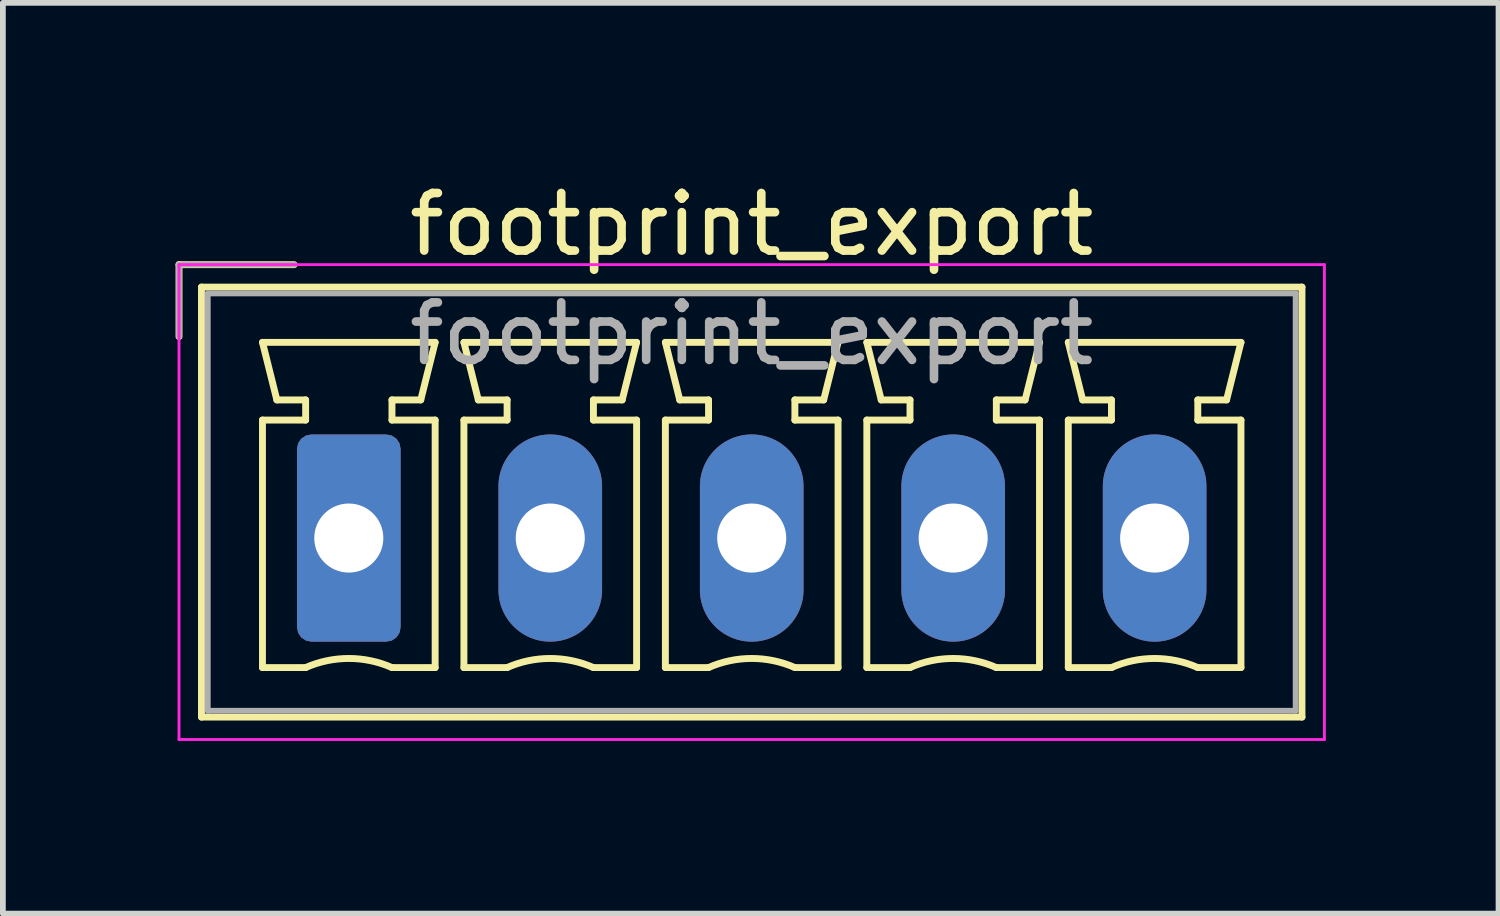
<source format=kicad_pcb>
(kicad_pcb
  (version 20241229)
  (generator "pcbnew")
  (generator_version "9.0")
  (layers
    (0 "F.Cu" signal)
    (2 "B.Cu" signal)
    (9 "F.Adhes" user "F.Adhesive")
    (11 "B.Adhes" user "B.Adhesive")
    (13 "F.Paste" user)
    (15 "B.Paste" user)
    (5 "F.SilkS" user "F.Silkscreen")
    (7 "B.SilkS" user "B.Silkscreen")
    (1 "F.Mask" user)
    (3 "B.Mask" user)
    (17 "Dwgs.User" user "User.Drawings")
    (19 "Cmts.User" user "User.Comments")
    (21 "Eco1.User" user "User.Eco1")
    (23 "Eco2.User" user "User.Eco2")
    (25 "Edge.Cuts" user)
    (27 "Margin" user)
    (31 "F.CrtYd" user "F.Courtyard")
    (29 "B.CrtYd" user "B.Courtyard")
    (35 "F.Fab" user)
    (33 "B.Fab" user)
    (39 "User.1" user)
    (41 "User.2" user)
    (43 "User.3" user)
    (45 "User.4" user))
  (footprint "footprint_export"
    (layer "F.Cu")
    (at 3.01 6.298)
    (property "Reference" "footprint_export" (at 7 -5.45 0) (layer "F.SilkS") (effects (font (size 1 1) (thickness 0.15))))
    (attr through_hole)
    (fp_line (start -2.95 -4.75) (end -0.95 -4.75) (stroke (width 0.12) (type solid)) (layer "F.SilkS"))
    (fp_line (start -2.95 -3.5) (end -2.95 -4.75) (stroke (width 0.12) (type solid)) (layer "F.SilkS"))
    (fp_line (start -2.56 -4.36) (end -2.56 3.11) (stroke (width 0.12) (type solid)) (layer "F.SilkS"))
    (fp_line (start -2.56 3.11) (end 16.56 3.11) (stroke (width 0.12) (type solid)) (layer "F.SilkS"))
    (fp_line (start -1.5 -3.4) (end 1.5 -3.4) (stroke (width 0.12) (type solid)) (layer "F.SilkS"))
    (fp_line (start -1.5 -2.05) (end -0.75 -2.05) (stroke (width 0.12) (type solid)) (layer "F.SilkS"))
    (fp_line (start -1.5 2.25) (end -1.5 -2.05) (stroke (width 0.12) (type solid)) (layer "F.SilkS"))
    (fp_line (start -1.25 -2.4) (end -1.5 -3.4) (stroke (width 0.12) (type solid)) (layer "F.SilkS"))
    (fp_line (start -0.75 -2.4) (end -1.25 -2.4) (stroke (width 0.12) (type solid)) (layer "F.SilkS"))
    (fp_line (start -0.75 -2.05) (end -0.75 -2.4) (stroke (width 0.12) (type solid)) (layer "F.SilkS"))
    (fp_line (start -0.75 2.25) (end -1.5 2.25) (stroke (width 0.12) (type solid)) (layer "F.SilkS"))
    (fp_line (start 0.75 -2.4) (end 0.75 -2.05) (stroke (width 0.12) (type solid)) (layer "F.SilkS"))
    (fp_line (start 0.75 -2.05) (end 1.5 -2.05) (stroke (width 0.12) (type solid)) (layer "F.SilkS"))
    (fp_line (start 1.25 -2.4) (end 0.75 -2.4) (stroke (width 0.12) (type solid)) (layer "F.SilkS"))
    (fp_line (start 1.5 -3.4) (end 1.25 -2.4) (stroke (width 0.12) (type solid)) (layer "F.SilkS"))
    (fp_line (start 1.5 -2.05) (end 1.5 2.25) (stroke (width 0.12) (type solid)) (layer "F.SilkS"))
    (fp_line (start 1.5 2.25) (end 0.75 2.25) (stroke (width 0.12) (type solid)) (layer "F.SilkS"))
    (fp_line (start 2 -3.4) (end 5 -3.4) (stroke (width 0.12) (type solid)) (layer "F.SilkS"))
    (fp_line (start 2 -2.05) (end 2.75 -2.05) (stroke (width 0.12) (type solid)) (layer "F.SilkS"))
    (fp_line (start 2 2.25) (end 2 -2.05) (stroke (width 0.12) (type solid)) (layer "F.SilkS"))
    (fp_line (start 2.25 -2.4) (end 2 -3.4) (stroke (width 0.12) (type solid)) (layer "F.SilkS"))
    (fp_line (start 2.75 -2.4) (end 2.25 -2.4) (stroke (width 0.12) (type solid)) (layer "F.SilkS"))
    (fp_line (start 2.75 -2.05) (end 2.75 -2.4) (stroke (width 0.12) (type solid)) (layer "F.SilkS"))
    (fp_line (start 2.75 2.25) (end 2 2.25) (stroke (width 0.12) (type solid)) (layer "F.SilkS"))
    (fp_line (start 4.25 -2.4) (end 4.25 -2.05) (stroke (width 0.12) (type solid)) (layer "F.SilkS"))
    (fp_line (start 4.25 -2.05) (end 5 -2.05) (stroke (width 0.12) (type solid)) (layer "F.SilkS"))
    (fp_line (start 4.75 -2.4) (end 4.25 -2.4) (stroke (width 0.12) (type solid)) (layer "F.SilkS"))
    (fp_line (start 5 -3.4) (end 4.75 -2.4) (stroke (width 0.12) (type solid)) (layer "F.SilkS"))
    (fp_line (start 5 -2.05) (end 5 2.25) (stroke (width 0.12) (type solid)) (layer "F.SilkS"))
    (fp_line (start 5 2.25) (end 4.25 2.25) (stroke (width 0.12) (type solid)) (layer "F.SilkS"))
    (fp_line (start 5.5 -3.4) (end 8.5 -3.4) (stroke (width 0.12) (type solid)) (layer "F.SilkS"))
    (fp_line (start 5.5 -2.05) (end 6.25 -2.05) (stroke (width 0.12) (type solid)) (layer "F.SilkS"))
    (fp_line (start 5.5 2.25) (end 5.5 -2.05) (stroke (width 0.12) (type solid)) (layer "F.SilkS"))
    (fp_line (start 5.75 -2.4) (end 5.5 -3.4) (stroke (width 0.12) (type solid)) (layer "F.SilkS"))
    (fp_line (start 6.25 -2.4) (end 5.75 -2.4) (stroke (width 0.12) (type solid)) (layer "F.SilkS"))
    (fp_line (start 6.25 -2.05) (end 6.25 -2.4) (stroke (width 0.12) (type solid)) (layer "F.SilkS"))
    (fp_line (start 6.25 2.25) (end 5.5 2.25) (stroke (width 0.12) (type solid)) (layer "F.SilkS"))
    (fp_line (start 7.75 -2.4) (end 7.75 -2.05) (stroke (width 0.12) (type solid)) (layer "F.SilkS"))
    (fp_line (start 7.75 -2.05) (end 8.5 -2.05) (stroke (width 0.12) (type solid)) (layer "F.SilkS"))
    (fp_line (start 8.25 -2.4) (end 7.75 -2.4) (stroke (width 0.12) (type solid)) (layer "F.SilkS"))
    (fp_line (start 8.5 -3.4) (end 8.25 -2.4) (stroke (width 0.12) (type solid)) (layer "F.SilkS"))
    (fp_line (start 8.5 -2.05) (end 8.5 2.25) (stroke (width 0.12) (type solid)) (layer "F.SilkS"))
    (fp_line (start 8.5 2.25) (end 7.75 2.25) (stroke (width 0.12) (type solid)) (layer "F.SilkS"))
    (fp_line (start 9 -3.4) (end 12 -3.4) (stroke (width 0.12) (type solid)) (layer "F.SilkS"))
    (fp_line (start 9 -2.05) (end 9.75 -2.05) (stroke (width 0.12) (type solid)) (layer "F.SilkS"))
    (fp_line (start 9 2.25) (end 9 -2.05) (stroke (width 0.12) (type solid)) (layer "F.SilkS"))
    (fp_line (start 9.25 -2.4) (end 9 -3.4) (stroke (width 0.12) (type solid)) (layer "F.SilkS"))
    (fp_line (start 9.75 -2.4) (end 9.25 -2.4) (stroke (width 0.12) (type solid)) (layer "F.SilkS"))
    (fp_line (start 9.75 -2.05) (end 9.75 -2.4) (stroke (width 0.12) (type solid)) (layer "F.SilkS"))
    (fp_line (start 9.75 2.25) (end 9 2.25) (stroke (width 0.12) (type solid)) (layer "F.SilkS"))
    (fp_line (start 11.25 -2.4) (end 11.25 -2.05) (stroke (width 0.12) (type solid)) (layer "F.SilkS"))
    (fp_line (start 11.25 -2.05) (end 12 -2.05) (stroke (width 0.12) (type solid)) (layer "F.SilkS"))
    (fp_line (start 11.75 -2.4) (end 11.25 -2.4) (stroke (width 0.12) (type solid)) (layer "F.SilkS"))
    (fp_line (start 12 -3.4) (end 11.75 -2.4) (stroke (width 0.12) (type solid)) (layer "F.SilkS"))
    (fp_line (start 12 -2.05) (end 12 2.25) (stroke (width 0.12) (type solid)) (layer "F.SilkS"))
    (fp_line (start 12 2.25) (end 11.25 2.25) (stroke (width 0.12) (type solid)) (layer "F.SilkS"))
    (fp_line (start 12.5 -3.4) (end 15.5 -3.4) (stroke (width 0.12) (type solid)) (layer "F.SilkS"))
    (fp_line (start 12.5 -2.05) (end 13.25 -2.05) (stroke (width 0.12) (type solid)) (layer "F.SilkS"))
    (fp_line (start 12.5 2.25) (end 12.5 -2.05) (stroke (width 0.12) (type solid)) (layer "F.SilkS"))
    (fp_line (start 12.75 -2.4) (end 12.5 -3.4) (stroke (width 0.12) (type solid)) (layer "F.SilkS"))
    (fp_line (start 13.25 -2.4) (end 12.75 -2.4) (stroke (width 0.12) (type solid)) (layer "F.SilkS"))
    (fp_line (start 13.25 -2.05) (end 13.25 -2.4) (stroke (width 0.12) (type solid)) (layer "F.SilkS"))
    (fp_line (start 13.25 2.25) (end 12.5 2.25) (stroke (width 0.12) (type solid)) (layer "F.SilkS"))
    (fp_line (start 14.75 -2.4) (end 14.75 -2.05) (stroke (width 0.12) (type solid)) (layer "F.SilkS"))
    (fp_line (start 14.75 -2.05) (end 15.5 -2.05) (stroke (width 0.12) (type solid)) (layer "F.SilkS"))
    (fp_line (start 15.25 -2.4) (end 14.75 -2.4) (stroke (width 0.12) (type solid)) (layer "F.SilkS"))
    (fp_line (start 15.5 -3.4) (end 15.25 -2.4) (stroke (width 0.12) (type solid)) (layer "F.SilkS"))
    (fp_line (start 15.5 -2.05) (end 15.5 2.25) (stroke (width 0.12) (type solid)) (layer "F.SilkS"))
    (fp_line (start 15.5 2.25) (end 14.75 2.25) (stroke (width 0.12) (type solid)) (layer "F.SilkS"))
    (fp_line (start 16.56 -4.36) (end -2.56 -4.36) (stroke (width 0.12) (type solid)) (layer "F.SilkS"))
    (fp_line (start 16.56 3.11) (end 16.56 -4.36) (stroke (width 0.12) (type solid)) (layer "F.SilkS"))
    (fp_arc (start -0.75 2.25) (mid -0.000193 2.09191) (end 0.749647 2.249844) (stroke (width 0.12) (type solid)) (layer "F.SilkS"))
    (fp_arc (start 2.75 2.25) (mid 3.499807 2.09191) (end 4.249647 2.249844) (stroke (width 0.12) (type solid)) (layer "F.SilkS"))
    (fp_arc (start 6.25 2.25) (mid 6.999807 2.09191) (end 7.749647 2.249844) (stroke (width 0.12) (type solid)) (layer "F.SilkS"))
    (fp_arc (start 9.75 2.25) (mid 10.499807 2.09191) (end 11.249647 2.249844) (stroke (width 0.12) (type solid)) (layer "F.SilkS"))
    (fp_arc (start 13.25 2.25) (mid 13.999807 2.09191) (end 14.749647 2.249844) (stroke (width 0.12) (type solid)) (layer "F.SilkS"))
    (fp_line (start -2.95 -4.75) (end -2.95 3.5) (stroke (width 0.05) (type solid)) (layer "F.CrtYd"))
    (fp_line (start -2.95 3.5) (end 16.95 3.5) (stroke (width 0.05) (type solid)) (layer "F.CrtYd"))
    (fp_line (start 16.95 -4.75) (end -2.95 -4.75) (stroke (width 0.05) (type solid)) (layer "F.CrtYd"))
    (fp_line (start 16.95 3.5) (end 16.95 -4.75) (stroke (width 0.05) (type solid)) (layer "F.CrtYd"))
    (fp_line (start -2.95 -4.75) (end -0.95 -4.75) (stroke (width 0.1) (type solid)) (layer "F.Fab"))
    (fp_line (start -2.95 -3.5) (end -2.95 -4.75) (stroke (width 0.1) (type solid)) (layer "F.Fab"))
    (fp_line (start -2.45 -4.25) (end -2.45 3) (stroke (width 0.1) (type solid)) (layer "F.Fab"))
    (fp_line (start -2.45 3) (end 16.45 3) (stroke (width 0.1) (type solid)) (layer "F.Fab"))
    (fp_line (start 16.45 -4.25) (end -2.45 -4.25) (stroke (width 0.1) (type solid)) (layer "F.Fab"))
    (fp_line (start 16.45 3) (end 16.45 -4.25) (stroke (width 0.1) (type solid)) (layer "F.Fab"))
    (fp_text user "${REFERENCE}" (at 7 -3.55 0) (layer "F.Fab") (effects (font (size 1 1) (thickness 0.15))))
    (pad "1" thru_hole roundrect (at 0 0) (size 1.8 3.6) (drill 1.2) (layers "*.Cu" "*.Mask") (roundrect_rratio 0.139))
    (pad "2" thru_hole oval (at 3.5 0) (size 1.8 3.6) (drill 1.2) (layers "*.Cu" "*.Mask"))
    (pad "3" thru_hole oval (at 7 0) (size 1.8 3.6) (drill 1.2) (layers "*.Cu" "*.Mask"))
    (pad "4" thru_hole oval (at 10.5 0) (size 1.8 3.6) (drill 1.2) (layers "*.Cu" "*.Mask"))
    (pad "5" thru_hole oval (at 14 0) (size 1.8 3.6) (drill 1.2) (layers "*.Cu" "*.Mask")))
  (gr_rect
    (start -3 -3)
    (end 22.985 12.823)
    (stroke (width 0.1) (type default))
    (fill no)
    (layer "Edge.Cuts")))
</source>
